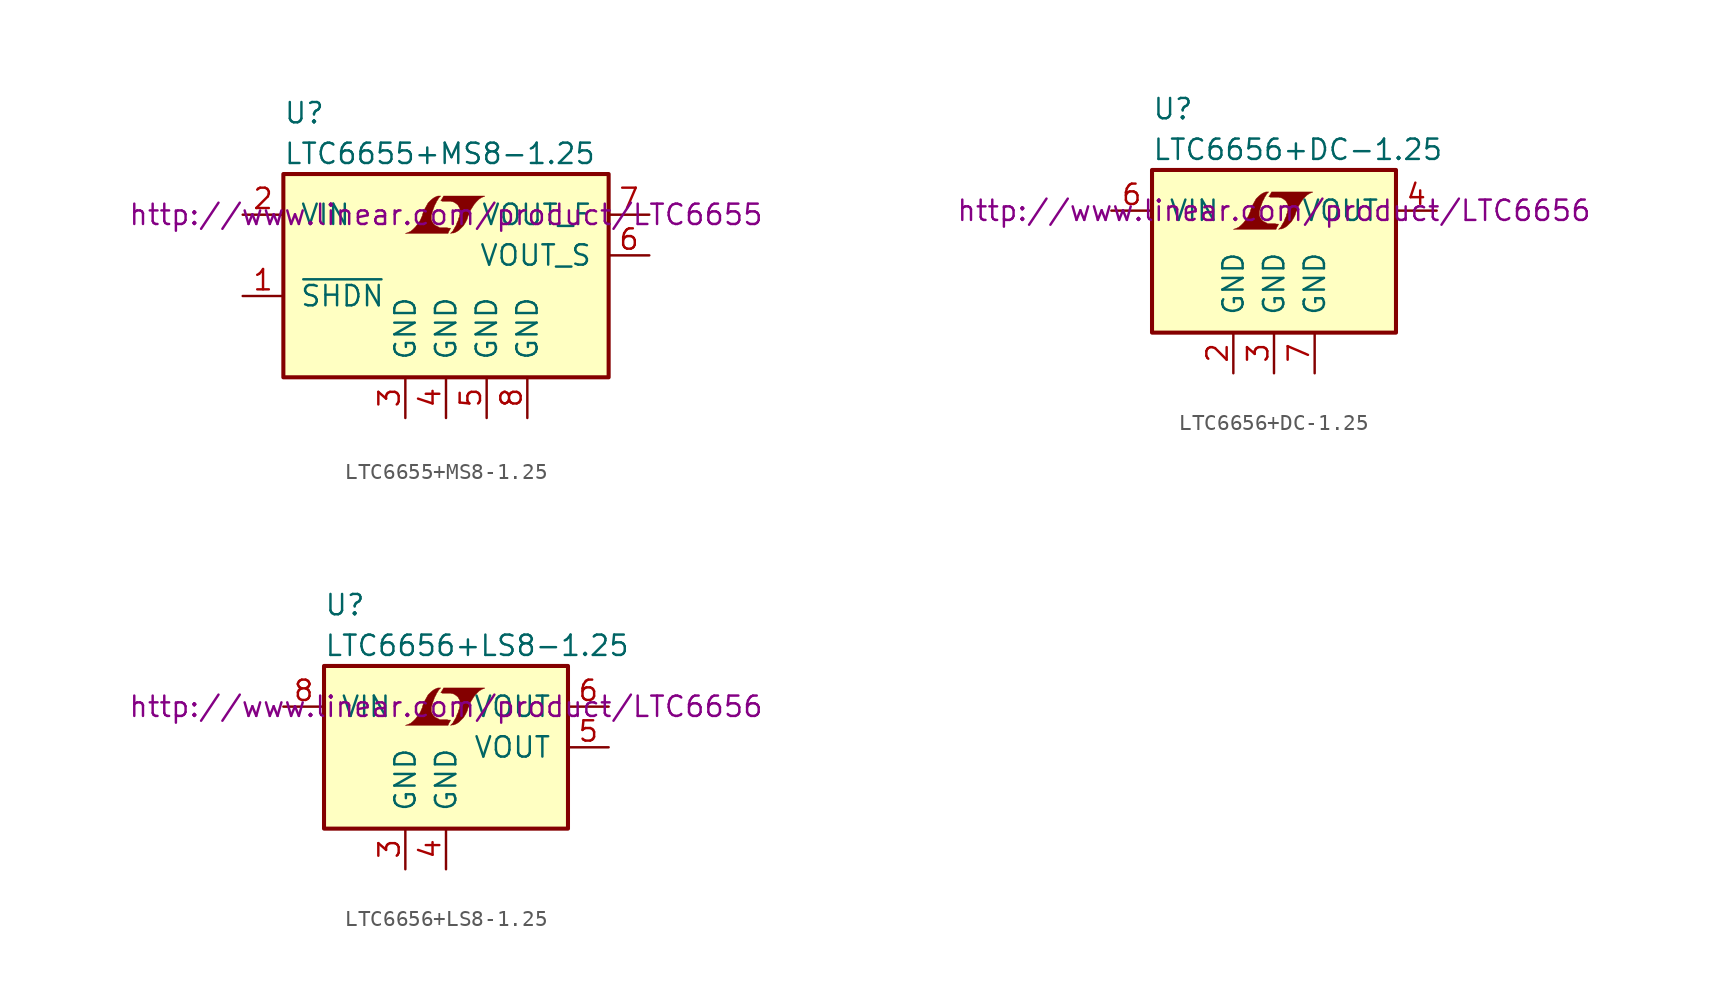
<source format=kicad_sym>
(kicad_symbol_lib
  (version 20201005)
  (generator kicad_symbol_editor)
  (symbol "LTC6655+MS8-1.25"
    (pin_names
      (offset 1.016))
    (property "Reference" "U"
      (at -10.16 8.89 0)
      (effects (font (size 1.27 1.27)) (justify left)))
    (property "Value" "LTC6655+MS8-1.25"
      (at -10.16 6.35 0)
      (effects (font (size 1.27 1.27)) (justify left)))
    (property "Datasheet" "http://www.linear.com/product/LTC6655"
      (at 0 2.54 0)
      (effects (font (size 1.27 1.27))))
    (symbol "LTC6655+MS8-1.25_0_0"
      (polyline (pts (xy 0.203 1.549) (xy 0.229 1.575) (xy 0.279 1.676) (xy 0.279 1.702) (xy 0.152 1.702) (xy 0.051 1.727) (xy -0.406 1.727) (xy -0.432 1.753) (xy -0.686 1.88) (xy -0.787 1.981) (xy -0.864 2.108) (xy -0.914 2.21) (xy -0.914 2.515) (xy -0.864 2.667) (xy -0.838 2.769) (xy -0.813 2.845) (xy -0.762 2.972) (xy -0.711 3.124) (xy -0.635 3.251) (xy -0.584 3.378) (xy -0.508 3.48) (xy -0.457 3.581) (xy -0.33 3.708) (xy -0.508 3.708) (xy -0.635 3.658) (xy -0.737 3.607) (xy -0.813 3.556) (xy -0.94 3.454) (xy -1.118 3.277) (xy -1.372 2.819) (xy -1.473 2.54) (xy -1.473 2.489) (xy -1.524 2.388) (xy -1.575 2.261) (xy -1.626 2.159) (xy -1.753 1.981) (xy -1.905 1.778) (xy -2.057 1.626) (xy -2.21 1.499) (xy -2.388 1.422) (xy -2.54 1.372) (xy 0.127 1.372) (xy 0.203 1.549)) (stroke (width 0.025)) (fill (type outline)))
      (polyline (pts (xy 0.406 1.397) (xy 0.483 1.397) (xy 0.66 1.473) (xy 0.813 1.575) (xy 1.092 1.854) (xy 1.219 2.057) (xy 1.321 2.261) (xy 1.397 2.515) (xy 1.422 2.515) (xy 1.499 2.769) (xy 1.753 3.175) (xy 1.905 3.353) (xy 2.057 3.505) (xy 2.21 3.607) (xy 2.388 3.683) (xy 2.413 3.683) (xy 2.413 3.708) (xy -0.152 3.708) (xy -0.229 3.556) (xy -0.254 3.531) (xy -0.305 3.429) (xy -0.33 3.404) (xy -0.279 3.404) (xy -0.229 3.378) (xy 0.305 3.378) (xy 0.356 3.353) (xy 0.406 3.353) (xy 0.483 3.327) (xy 0.61 3.251) (xy 0.737 3.15) (xy 0.813 3.023) (xy 0.838 2.972) (xy 0.864 2.946) (xy 0.864 2.54) (xy 0.838 2.489) (xy 0.838 2.413) (xy 0.787 2.311) (xy 0.762 2.184) (xy 0.686 2.032) (xy 0.635 1.88) (xy 0.483 1.626) (xy 0.432 1.524) (xy 0.279 1.372) (xy 0.406 1.397)) (stroke (width 0.025)) (fill (type outline))))
    (symbol "LTC6655+MS8-1.25_0_1"
      (rectangle (start -10.16 5.08) (end 10.16 -7.62) (stroke (width 0.254)) (fill (type background))))
    (symbol "LTC6655+MS8-1.25_1_1"
      (pin input line (at -12.7 -2.54 0) (length 2.54) (name "~SHDN~" (effects (font (size 1.27 1.27)))) (number "1" (effects (font (size 1.27 1.27)))))
      (pin power_in line (at -12.7 2.54 0) (length 2.54) (name "VIN" (effects (font (size 1.27 1.27)))) (number "2" (effects (font (size 1.27 1.27)))))
      (pin power_in line (at -2.54 -10.16 90) (length 2.54) (name "GND" (effects (font (size 1.27 1.27)))) (number "3" (effects (font (size 1.27 1.27)))))
      (pin power_in line (at 0 -10.16 90) (length 2.54) (name "GND" (effects (font (size 1.27 1.27)))) (number "4" (effects (font (size 1.27 1.27)))))
      (pin power_in line (at 2.54 -10.16 90) (length 2.54) (name "GND" (effects (font (size 1.27 1.27)))) (number "5" (effects (font (size 1.27 1.27)))))
      (pin passive line (at 12.7 0 180) (length 2.54) (name "VOUT_S" (effects (font (size 1.27 1.27)))) (number "6" (effects (font (size 1.27 1.27)))))
      (pin power_out line (at 12.7 2.54 180) (length 2.54) (name "VOUT_F" (effects (font (size 1.27 1.27)))) (number "7" (effects (font (size 1.27 1.27)))))
      (pin power_in line (at 5.08 -10.16 90) (length 2.54) (name "GND" (effects (font (size 1.27 1.27)))) (number "8" (effects (font (size 1.27 1.27)))))))
  (symbol "LTC6656+DC-1.25"
    (pin_names
      (offset 1.016))
    (property "Reference" "U"
      (at -7.62 8.89 0)
      (effects (font (size 1.27 1.27)) (justify left)))
    (property "Value" "LTC6656+DC-1.25"
      (at -7.62 6.35 0)
      (effects (font (size 1.27 1.27)) (justify left)))
    (property "Datasheet" "http://www.linear.com/product/LTC6656"
      (at 0 2.54 0)
      (effects (font (size 1.27 1.27))))
    (symbol "LTC6656+DC-1.25_0_0"
      (polyline (pts (xy 0.203 1.549) (xy 0.229 1.575) (xy 0.279 1.676) (xy 0.279 1.702) (xy 0.152 1.702) (xy 0.051 1.727) (xy -0.406 1.727) (xy -0.432 1.753) (xy -0.686 1.88) (xy -0.787 1.981) (xy -0.864 2.108) (xy -0.914 2.21) (xy -0.914 2.515) (xy -0.864 2.667) (xy -0.838 2.769) (xy -0.813 2.845) (xy -0.762 2.972) (xy -0.711 3.124) (xy -0.635 3.251) (xy -0.584 3.378) (xy -0.508 3.48) (xy -0.457 3.581) (xy -0.33 3.708) (xy -0.508 3.708) (xy -0.635 3.658) (xy -0.737 3.607) (xy -0.813 3.556) (xy -0.94 3.454) (xy -1.118 3.277) (xy -1.372 2.819) (xy -1.473 2.54) (xy -1.473 2.489) (xy -1.524 2.388) (xy -1.575 2.261) (xy -1.626 2.159) (xy -1.753 1.981) (xy -1.905 1.778) (xy -2.057 1.626) (xy -2.21 1.499) (xy -2.388 1.422) (xy -2.54 1.372) (xy 0.127 1.372) (xy 0.203 1.549)) (stroke (width 0.025)) (fill (type outline)))
      (polyline (pts (xy 0.406 1.397) (xy 0.483 1.397) (xy 0.66 1.473) (xy 0.813 1.575) (xy 1.092 1.854) (xy 1.219 2.057) (xy 1.321 2.261) (xy 1.397 2.515) (xy 1.422 2.515) (xy 1.499 2.769) (xy 1.753 3.175) (xy 1.905 3.353) (xy 2.057 3.505) (xy 2.21 3.607) (xy 2.388 3.683) (xy 2.413 3.683) (xy 2.413 3.708) (xy -0.152 3.708) (xy -0.229 3.556) (xy -0.254 3.531) (xy -0.305 3.429) (xy -0.33 3.404) (xy -0.279 3.404) (xy -0.229 3.378) (xy 0.305 3.378) (xy 0.356 3.353) (xy 0.406 3.353) (xy 0.483 3.327) (xy 0.61 3.251) (xy 0.737 3.15) (xy 0.813 3.023) (xy 0.838 2.972) (xy 0.864 2.946) (xy 0.864 2.54) (xy 0.838 2.489) (xy 0.838 2.413) (xy 0.787 2.311) (xy 0.762 2.184) (xy 0.686 2.032) (xy 0.635 1.88) (xy 0.483 1.626) (xy 0.432 1.524) (xy 0.279 1.372) (xy 0.406 1.397)) (stroke (width 0.025)) (fill (type outline))))
    (symbol "LTC6656+DC-1.25_0_1"
      (rectangle (start -7.62 5.08) (end 7.62 -5.08) (stroke (width 0.254)) (fill (type background))))
    (symbol "LTC6656+DC-1.25_1_1"
      (pin unconnected line (at -10.16 0 0) (length 2.54) hide (name "NC" (effects (font (size 1.27 1.27)))) (number "1" (effects (font (size 1.27 1.27)))))
      (pin power_in line (at -2.54 -7.62 90) (length 2.54) (name "GND" (effects (font (size 1.27 1.27)))) (number "2" (effects (font (size 1.27 1.27)))))
      (pin power_in line (at 0 -7.62 90) (length 2.54) (name "GND" (effects (font (size 1.27 1.27)))) (number "3" (effects (font (size 1.27 1.27)))))
      (pin power_out line (at 10.16 2.54 180) (length 2.54) (name "VOUT" (effects (font (size 1.27 1.27)))) (number "4" (effects (font (size 1.27 1.27)))))
      (pin unconnected line (at -10.16 -2.54 0) (length 2.54) hide (name "NC" (effects (font (size 1.27 1.27)))) (number "5" (effects (font (size 1.27 1.27)))))
      (pin power_in line (at -10.16 2.54 0) (length 2.54) (name "VIN" (effects (font (size 1.27 1.27)))) (number "6" (effects (font (size 1.27 1.27)))))
      (pin power_in line (at 2.54 -7.62 90) (length 2.54) (name "GND" (effects (font (size 1.27 1.27)))) (number "7" (effects (font (size 1.27 1.27)))))))
  (symbol "LTC6656+LS8-1.25"
    (pin_names
      (offset 1.016))
    (property "Reference" "U"
      (at -7.62 8.89 0)
      (effects (font (size 1.27 1.27)) (justify left)))
    (property "Value" "LTC6656+LS8-1.25"
      (at -7.62 6.35 0)
      (effects (font (size 1.27 1.27)) (justify left)))
    (property "Datasheet" "http://www.linear.com/product/LTC6656"
      (at 0 2.54 0)
      (effects (font (size 1.27 1.27))))
    (symbol "LTC6656+LS8-1.25_0_0"
      (polyline (pts (xy 0.203 1.549) (xy 0.229 1.575) (xy 0.279 1.676) (xy 0.279 1.702) (xy 0.152 1.702) (xy 0.051 1.727) (xy -0.406 1.727) (xy -0.432 1.753) (xy -0.686 1.88) (xy -0.787 1.981) (xy -0.864 2.108) (xy -0.914 2.21) (xy -0.914 2.515) (xy -0.864 2.667) (xy -0.838 2.769) (xy -0.813 2.845) (xy -0.762 2.972) (xy -0.711 3.124) (xy -0.635 3.251) (xy -0.584 3.378) (xy -0.508 3.48) (xy -0.457 3.581) (xy -0.33 3.708) (xy -0.508 3.708) (xy -0.635 3.658) (xy -0.737 3.607) (xy -0.813 3.556) (xy -0.94 3.454) (xy -1.118 3.277) (xy -1.372 2.819) (xy -1.473 2.54) (xy -1.473 2.489) (xy -1.524 2.388) (xy -1.575 2.261) (xy -1.626 2.159) (xy -1.753 1.981) (xy -1.905 1.778) (xy -2.057 1.626) (xy -2.21 1.499) (xy -2.388 1.422) (xy -2.54 1.372) (xy 0.127 1.372) (xy 0.203 1.549)) (stroke (width 0.025)) (fill (type outline)))
      (polyline (pts (xy 0.406 1.397) (xy 0.483 1.397) (xy 0.66 1.473) (xy 0.813 1.575) (xy 1.092 1.854) (xy 1.219 2.057) (xy 1.321 2.261) (xy 1.397 2.515) (xy 1.422 2.515) (xy 1.499 2.769) (xy 1.753 3.175) (xy 1.905 3.353) (xy 2.057 3.505) (xy 2.21 3.607) (xy 2.388 3.683) (xy 2.413 3.683) (xy 2.413 3.708) (xy -0.152 3.708) (xy -0.229 3.556) (xy -0.254 3.531) (xy -0.305 3.429) (xy -0.33 3.404) (xy -0.279 3.404) (xy -0.229 3.378) (xy 0.305 3.378) (xy 0.356 3.353) (xy 0.406 3.353) (xy 0.483 3.327) (xy 0.61 3.251) (xy 0.737 3.15) (xy 0.813 3.023) (xy 0.838 2.972) (xy 0.864 2.946) (xy 0.864 2.54) (xy 0.838 2.489) (xy 0.838 2.413) (xy 0.787 2.311) (xy 0.762 2.184) (xy 0.686 2.032) (xy 0.635 1.88) (xy 0.483 1.626) (xy 0.432 1.524) (xy 0.279 1.372) (xy 0.406 1.397)) (stroke (width 0.025)) (fill (type outline))))
    (symbol "LTC6656+LS8-1.25_0_1"
      (rectangle (start -7.62 5.08) (end 7.62 -5.08) (stroke (width 0.254)) (fill (type background))))
    (symbol "LTC6656+LS8-1.25_1_1"
      (pin unconnected line (at -10.16 0 0) (length 2.54) hide (name "NC" (effects (font (size 1.27 1.27)))) (number "1" (effects (font (size 1.27 1.27)))))
      (pin unconnected line (at -10.16 -2.54 0) (length 2.54) hide (name "NC" (effects (font (size 1.27 1.27)))) (number "2" (effects (font (size 1.27 1.27)))))
      (pin power_in line (at -2.54 -7.62 90) (length 2.54) (name "GND" (effects (font (size 1.27 1.27)))) (number "3" (effects (font (size 1.27 1.27)))))
      (pin power_in line (at 0 -7.62 90) (length 2.54) (name "GND" (effects (font (size 1.27 1.27)))) (number "4" (effects (font (size 1.27 1.27)))))
      (pin power_out line (at 10.16 0 180) (length 2.54) (name "VOUT" (effects (font (size 1.27 1.27)))) (number "5" (effects (font (size 1.27 1.27)))))
      (pin power_out line (at 10.16 2.54 180) (length 2.54) (name "VOUT" (effects (font (size 1.27 1.27)))) (number "6" (effects (font (size 1.27 1.27)))))
      (pin unconnected line (at 10.16 -2.54 180) (length 2.54) hide (name "NC" (effects (font (size 1.27 1.27)))) (number "7" (effects (font (size 1.27 1.27)))))
      (pin power_in line (at -10.16 2.54 0) (length 2.54) (name "VIN" (effects (font (size 1.27 1.27)))) (number "8" (effects (font (size 1.27 1.27))))))))
</source>
